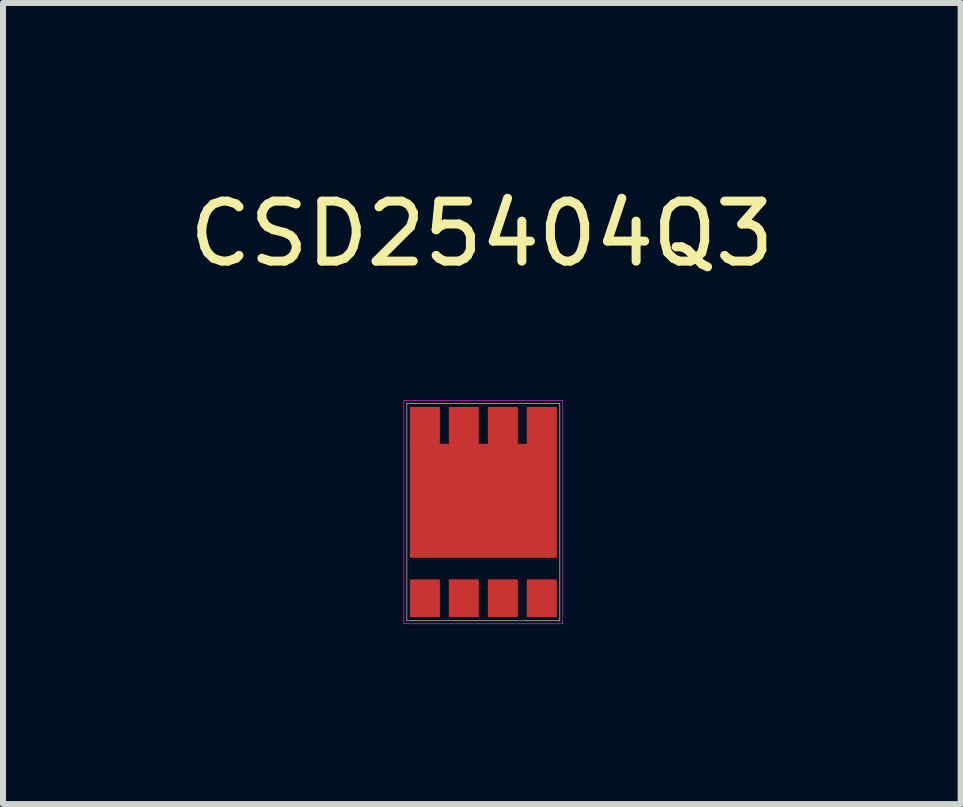
<source format=kicad_pcb>
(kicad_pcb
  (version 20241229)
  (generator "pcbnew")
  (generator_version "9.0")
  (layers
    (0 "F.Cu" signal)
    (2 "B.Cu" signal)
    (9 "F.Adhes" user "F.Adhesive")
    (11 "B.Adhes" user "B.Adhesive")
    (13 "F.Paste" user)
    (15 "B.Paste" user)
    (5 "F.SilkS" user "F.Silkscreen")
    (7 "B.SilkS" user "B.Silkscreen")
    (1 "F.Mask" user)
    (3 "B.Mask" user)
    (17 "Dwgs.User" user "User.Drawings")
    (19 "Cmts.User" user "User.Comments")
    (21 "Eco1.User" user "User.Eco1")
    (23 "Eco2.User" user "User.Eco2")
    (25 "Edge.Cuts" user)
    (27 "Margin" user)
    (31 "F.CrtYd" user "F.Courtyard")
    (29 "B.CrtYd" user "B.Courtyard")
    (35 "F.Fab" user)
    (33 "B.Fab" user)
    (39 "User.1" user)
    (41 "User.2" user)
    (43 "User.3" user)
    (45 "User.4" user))
  (footprint "CSD25404Q3"
    (layer "F.Cu")
    (at 5.007 5.348)
    (property "Reference" "CSD25404Q3" (at -0.025 -4.5 0) (layer "F.SilkS") (effects (font (size 1 1) (thickness 0.15))))
    (attr through_hole)
    (fp_line (start -1.275 -1.675) (end 1.275 -1.675) (stroke (width 0.01) (type solid)) (layer "F.SilkS"))
    (fp_line (start -1.275 1.95) (end -1.275 -1.675) (stroke (width 0.01) (type solid)) (layer "F.SilkS"))
    (fp_line (start 1.275 -1.675) (end 1.275 1.95) (stroke (width 0.01) (type solid)) (layer "F.SilkS"))
    (fp_line (start 1.275 1.95) (end -1.275 1.95) (stroke (width 0.01) (type solid)) (layer "F.SilkS"))
    (fp_poly (pts (xy -0.075 0.75) (xy -1.225 0.75) (xy -1.225 -0.7) (xy -0.075 -0.7)) (stroke (width 0.001) (type solid)) (fill yes) (layer "F.Paste"))
    (fp_poly (pts (xy 1.225 0.75) (xy 0.075 0.75) (xy 0.075 -0.7) (xy 1.225 -0.7)) (stroke (width 0.001) (type solid)) (fill yes) (layer "F.Paste"))
    (fp_line (start -1.325 -1.725) (end 1.325 -1.725) (stroke (width 0.01) (type solid)) (layer "F.CrtYd"))
    (fp_line (start -1.325 2) (end -1.325 -1.725) (stroke (width 0.01) (type solid)) (layer "F.CrtYd"))
    (fp_line (start 1.325 -1.725) (end 1.325 2) (stroke (width 0.01) (type solid)) (layer "F.CrtYd"))
    (fp_line (start 1.325 2) (end -1.325 2) (stroke (width 0.01) (type solid)) (layer "F.CrtYd"))
    (pad "1" smd rect (at -0.975 1.575) (size 0.5 0.63) (layers "F.Cu" "F.Mask" "F.Paste"))
    (pad "2" smd rect (at -0.325 1.575) (size 0.5 0.63) (layers "F.Cu" "F.Mask" "F.Paste"))
    (pad "3" smd rect (at 0.325 1.575) (size 0.5 0.63) (layers "F.Cu" "F.Mask" "F.Paste"))
    (pad "4" smd rect (at 0.975 1.575) (size 0.5 0.63) (layers "F.Cu" "F.Mask" "F.Paste"))
    (pad "5" smd rect (at 0 -0.05) (size 2.45 1.9) (layers "F.Cu" "F.Mask"))
    (pad "5" smd rect (at 0.975 -1.3) (size 0.5 0.63) (layers "F.Cu" "F.Mask" "F.Paste"))
    (pad "6" smd rect (at 0.325 -1.3) (size 0.5 0.63) (layers "F.Cu" "F.Mask" "F.Paste"))
    (pad "7" smd rect (at -0.325 -1.3) (size 0.5 0.63) (layers "F.Cu" "F.Mask" "F.Paste"))
    (pad "8" smd rect (at -0.975 -1.3) (size 0.5 0.63) (layers "F.Cu" "F.Mask" "F.Paste")))
  (gr_rect
    (start -3 -3)
    (end 12.964 10.353)
    (stroke (width 0.1) (type default))
    (fill no)
    (layer "Edge.Cuts")))
</source>
